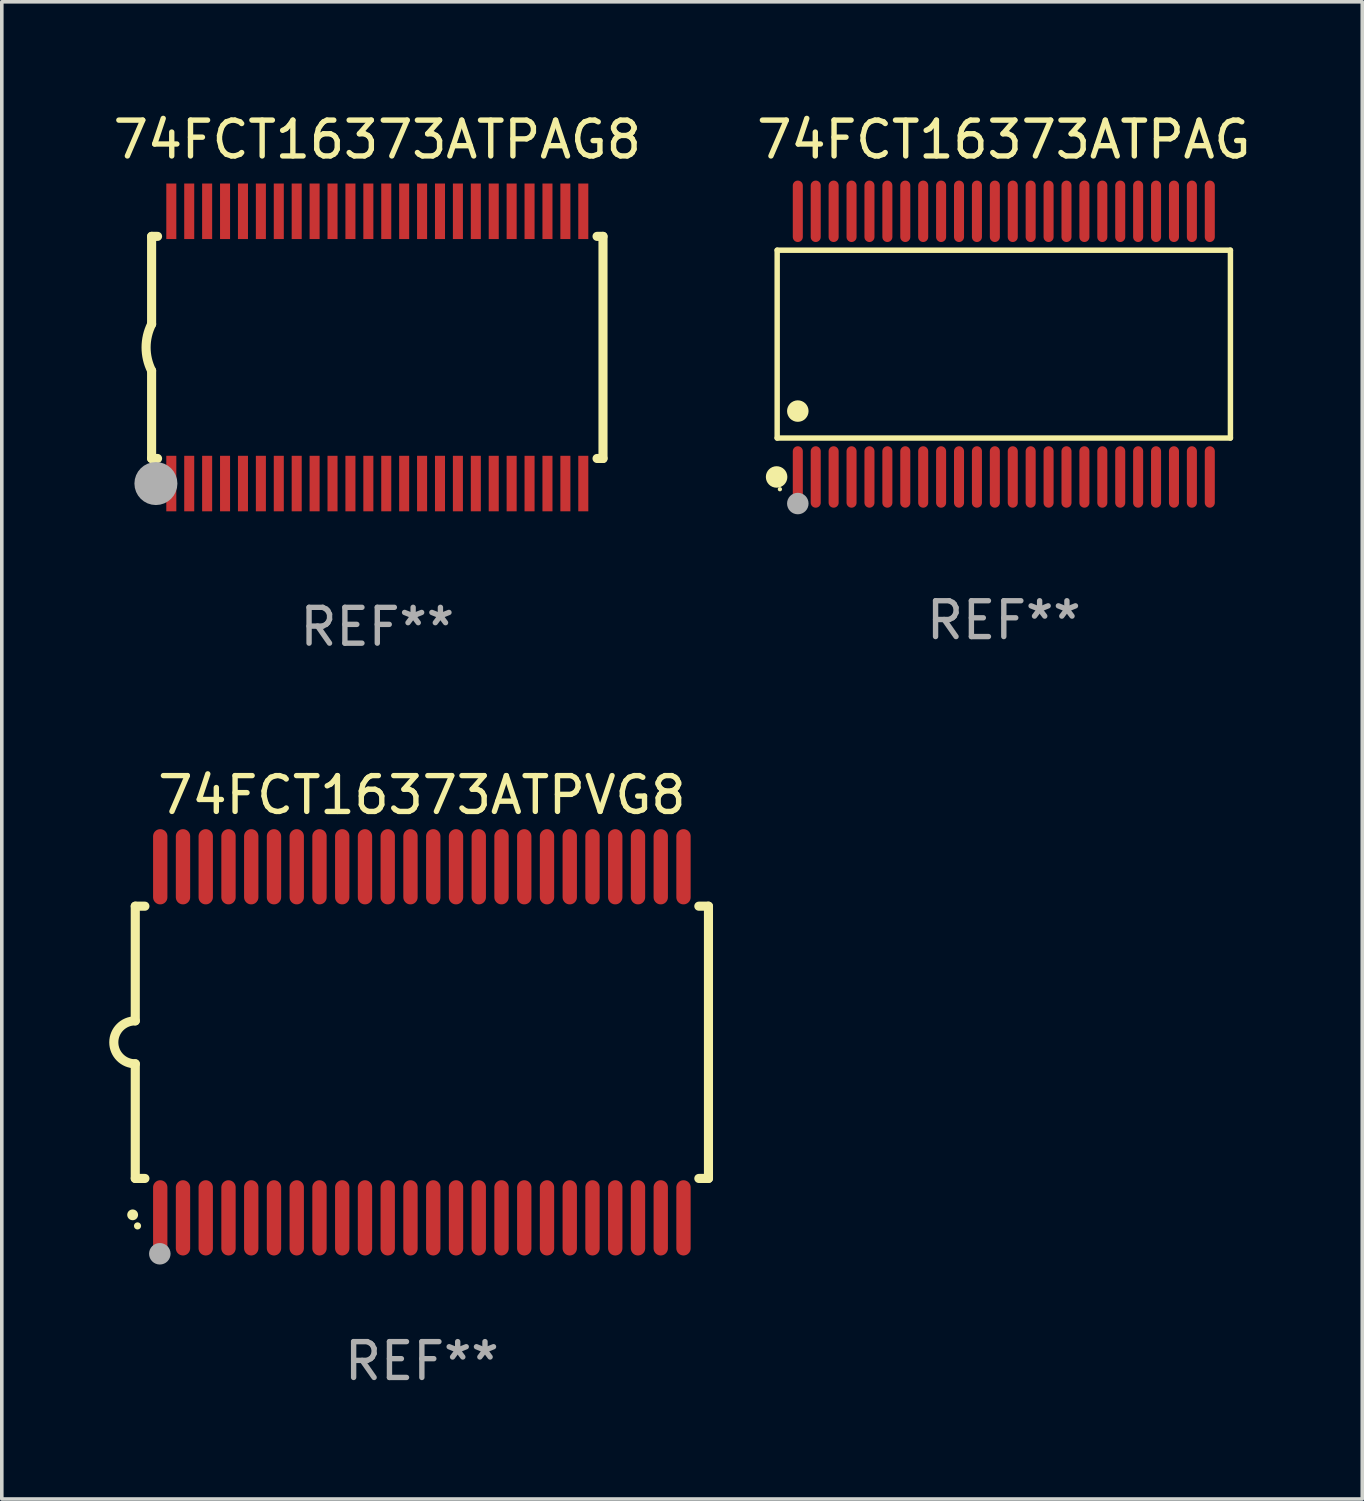
<source format=kicad_pcb>
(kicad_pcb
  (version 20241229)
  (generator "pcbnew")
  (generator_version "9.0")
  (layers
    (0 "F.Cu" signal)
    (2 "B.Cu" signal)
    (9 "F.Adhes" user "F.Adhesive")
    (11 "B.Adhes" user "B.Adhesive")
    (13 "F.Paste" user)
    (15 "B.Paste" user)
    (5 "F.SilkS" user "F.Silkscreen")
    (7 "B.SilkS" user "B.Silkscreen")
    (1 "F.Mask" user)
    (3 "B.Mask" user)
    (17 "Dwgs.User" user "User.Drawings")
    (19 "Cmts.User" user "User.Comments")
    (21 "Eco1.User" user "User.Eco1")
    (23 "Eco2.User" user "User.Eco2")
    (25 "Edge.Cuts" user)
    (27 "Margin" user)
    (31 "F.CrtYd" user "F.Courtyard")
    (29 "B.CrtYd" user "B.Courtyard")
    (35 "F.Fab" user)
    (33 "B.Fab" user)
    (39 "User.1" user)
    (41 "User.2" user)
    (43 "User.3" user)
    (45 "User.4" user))
  (footprint "74FCT16373ATPVG8"
    (layer "F.Cu")
    (at 8.726 26.045)
    (property "Reference" "74FCT16373ATPVG8" (at 0 -6.9 0) (layer "F.SilkS") (effects (font (size 1 1) (thickness 0.15))))
    (attr through_hole)
    (fp_line (start -8 -3.8) (end -8 -0.599) (stroke (width 0.254) (type solid)) (layer "F.SilkS"))
    (fp_line (start -8 -3.8) (end -7.731 -3.8) (stroke (width 0.254) (type solid)) (layer "F.SilkS"))
    (fp_line (start -8 3.8) (end -8 0.599) (stroke (width 0.254) (type solid)) (layer "F.SilkS"))
    (fp_line (start -7.731 3.8) (end -8 3.8) (stroke (width 0.254) (type solid)) (layer "F.SilkS"))
    (fp_line (start 7.731 -3.8) (end 8 -3.8) (stroke (width 0.254) (type solid)) (layer "F.SilkS"))
    (fp_line (start 8 -3.8) (end 8 3.8) (stroke (width 0.254) (type solid)) (layer "F.SilkS"))
    (fp_line (start 8 3.8) (end 7.731 3.8) (stroke (width 0.254) (type solid)) (layer "F.SilkS"))
    (fp_arc (start -8.074676 4.81585) (mid -8.073406 4.815845) (end -8.072136 4.81585) (stroke (width 0.3) (type solid)) (layer "F.SilkS"))
    (fp_arc (start -8.000025 0.6) (mid -8.598908 0.00056) (end -8.000027 -0.598882) (stroke (width 0.254001) (type solid)) (layer "F.SilkS"))
    (fp_circle (center -7.937 5.125) (end -7.887 5.125) (stroke (width 0.1) (type solid)) (fill no) (layer "F.SilkS"))
    (fp_circle (center -7.315 5.903) (end -7.165 5.903) (stroke (width 0.3) (type solid)) (fill no) (layer "F.Fab"))
    (fp_text user "REF**" (at 0 8.9 0) (layer "F.Fab") (effects (font (size 1 1) (thickness 0.15))))
    (pad "1" smd oval (at -7.303 4.9) (size 0.4 2.1) (layers "F.Cu" "F.Mask" "F.Paste"))
    (pad "2" smd oval (at -6.668 4.9) (size 0.4 2.1) (layers "F.Cu" "F.Mask" "F.Paste"))
    (pad "3" smd oval (at -6.033 4.9) (size 0.4 2.1) (layers "F.Cu" "F.Mask" "F.Paste"))
    (pad "4" smd oval (at -5.398 4.9) (size 0.4 2.1) (layers "F.Cu" "F.Mask" "F.Paste"))
    (pad "5" smd oval (at -4.763 4.9) (size 0.4 2.1) (layers "F.Cu" "F.Mask" "F.Paste"))
    (pad "6" smd oval (at -4.128 4.9) (size 0.4 2.1) (layers "F.Cu" "F.Mask" "F.Paste"))
    (pad "7" smd oval (at -3.493 4.9) (size 0.4 2.1) (layers "F.Cu" "F.Mask" "F.Paste"))
    (pad "8" smd oval (at -2.858 4.9) (size 0.4 2.1) (layers "F.Cu" "F.Mask" "F.Paste"))
    (pad "9" smd oval (at -2.223 4.9) (size 0.4 2.1) (layers "F.Cu" "F.Mask" "F.Paste"))
    (pad "10" smd oval (at -1.588 4.9) (size 0.4 2.1) (layers "F.Cu" "F.Mask" "F.Paste"))
    (pad "11" smd oval (at -0.953 4.9) (size 0.4 2.1) (layers "F.Cu" "F.Mask" "F.Paste"))
    (pad "12" smd oval (at -0.318 4.9) (size 0.4 2.1) (layers "F.Cu" "F.Mask" "F.Paste"))
    (pad "13" smd oval (at 0.318 4.9) (size 0.4 2.1) (layers "F.Cu" "F.Mask" "F.Paste"))
    (pad "14" smd oval (at 0.953 4.9) (size 0.4 2.1) (layers "F.Cu" "F.Mask" "F.Paste"))
    (pad "15" smd oval (at 1.588 4.9) (size 0.4 2.1) (layers "F.Cu" "F.Mask" "F.Paste"))
    (pad "16" smd oval (at 2.223 4.9) (size 0.4 2.1) (layers "F.Cu" "F.Mask" "F.Paste"))
    (pad "17" smd oval (at 2.858 4.9) (size 0.4 2.1) (layers "F.Cu" "F.Mask" "F.Paste"))
    (pad "18" smd oval (at 3.493 4.9) (size 0.4 2.1) (layers "F.Cu" "F.Mask" "F.Paste"))
    (pad "19" smd oval (at 4.128 4.9) (size 0.4 2.1) (layers "F.Cu" "F.Mask" "F.Paste"))
    (pad "20" smd oval (at 4.763 4.9) (size 0.4 2.1) (layers "F.Cu" "F.Mask" "F.Paste"))
    (pad "21" smd oval (at 5.398 4.9) (size 0.4 2.1) (layers "F.Cu" "F.Mask" "F.Paste"))
    (pad "22" smd oval (at 6.033 4.9) (size 0.4 2.1) (layers "F.Cu" "F.Mask" "F.Paste"))
    (pad "23" smd oval (at 6.668 4.9) (size 0.4 2.1) (layers "F.Cu" "F.Mask" "F.Paste"))
    (pad "24" smd oval (at 7.303 4.9) (size 0.4 2.1) (layers "F.Cu" "F.Mask" "F.Paste"))
    (pad "25" smd oval (at 7.303 -4.9 180) (size 0.4 2.1) (layers "F.Cu" "F.Mask" "F.Paste"))
    (pad "26" smd oval (at 6.668 -4.9 180) (size 0.4 2.1) (layers "F.Cu" "F.Mask" "F.Paste"))
    (pad "27" smd oval (at 6.033 -4.9 180) (size 0.4 2.1) (layers "F.Cu" "F.Mask" "F.Paste"))
    (pad "28" smd oval (at 5.398 -4.9 180) (size 0.4 2.1) (layers "F.Cu" "F.Mask" "F.Paste"))
    (pad "29" smd oval (at 4.763 -4.9 180) (size 0.4 2.1) (layers "F.Cu" "F.Mask" "F.Paste"))
    (pad "30" smd oval (at 4.128 -4.9 180) (size 0.4 2.1) (layers "F.Cu" "F.Mask" "F.Paste"))
    (pad "31" smd oval (at 3.493 -4.9 180) (size 0.4 2.1) (layers "F.Cu" "F.Mask" "F.Paste"))
    (pad "32" smd oval (at 2.858 -4.9 180) (size 0.4 2.1) (layers "F.Cu" "F.Mask" "F.Paste"))
    (pad "33" smd oval (at 2.223 -4.9 180) (size 0.4 2.1) (layers "F.Cu" "F.Mask" "F.Paste"))
    (pad "34" smd oval (at 1.588 -4.9 180) (size 0.4 2.1) (layers "F.Cu" "F.Mask" "F.Paste"))
    (pad "35" smd oval (at 0.953 -4.9 180) (size 0.4 2.1) (layers "F.Cu" "F.Mask" "F.Paste"))
    (pad "36" smd oval (at 0.318 -4.9 180) (size 0.4 2.1) (layers "F.Cu" "F.Mask" "F.Paste"))
    (pad "37" smd oval (at -0.318 -4.9 180) (size 0.4 2.1) (layers "F.Cu" "F.Mask" "F.Paste"))
    (pad "38" smd oval (at -0.953 -4.9 180) (size 0.4 2.1) (layers "F.Cu" "F.Mask" "F.Paste"))
    (pad "39" smd oval (at -1.588 -4.9 180) (size 0.4 2.1) (layers "F.Cu" "F.Mask" "F.Paste"))
    (pad "40" smd oval (at -2.223 -4.9 180) (size 0.4 2.1) (layers "F.Cu" "F.Mask" "F.Paste"))
    (pad "41" smd oval (at -2.858 -4.9 180) (size 0.4 2.1) (layers "F.Cu" "F.Mask" "F.Paste"))
    (pad "42" smd oval (at -3.493 -4.9 180) (size 0.4 2.1) (layers "F.Cu" "F.Mask" "F.Paste"))
    (pad "43" smd oval (at -4.128 -4.9 180) (size 0.4 2.1) (layers "F.Cu" "F.Mask" "F.Paste"))
    (pad "44" smd oval (at -4.763 -4.9 180) (size 0.4 2.1) (layers "F.Cu" "F.Mask" "F.Paste"))
    (pad "45" smd oval (at -5.398 -4.9 180) (size 0.4 2.1) (layers "F.Cu" "F.Mask" "F.Paste"))
    (pad "46" smd oval (at -6.033 -4.9 180) (size 0.4 2.1) (layers "F.Cu" "F.Mask" "F.Paste"))
    (pad "47" smd oval (at -6.668 -4.9 180) (size 0.4 2.1) (layers "F.Cu" "F.Mask" "F.Paste"))
    (pad "48" smd oval (at -7.303 -4.9 180) (size 0.4 2.1) (layers "F.Cu" "F.Mask" "F.Paste")))
  (footprint "74FCT16373ATPAG8"
    (layer "F.Cu")
    (at 7.482 6.648)
    (property "Reference" "74FCT16373ATPAG8" (at 0 -5.8 0) (layer "F.SilkS") (effects (font (size 1 1) (thickness 0.15))))
    (attr through_hole)
    (fp_line (start -6.3 -3.1) (end -6.3 -0.65) (stroke (width 0.254) (type solid)) (layer "F.SilkS"))
    (fp_line (start -6.3 -3.1) (end -6.134 -3.1) (stroke (width 0.254) (type solid)) (layer "F.SilkS"))
    (fp_line (start -6.3 3.1) (end -6.3 0.65) (stroke (width 0.254) (type solid)) (layer "F.SilkS"))
    (fp_line (start -6.3 3.1) (end -6.134 3.1) (stroke (width 0.254) (type solid)) (layer "F.SilkS"))
    (fp_line (start 6.134 -3.1) (end 6.3 -3.1) (stroke (width 0.254) (type solid)) (layer "F.SilkS"))
    (fp_line (start 6.134 3.1) (end 6.3 3.1) (stroke (width 0.254) (type solid)) (layer "F.SilkS"))
    (fp_line (start 6.3 -3.1) (end 6.3 3.1) (stroke (width 0.254) (type solid)) (layer "F.SilkS"))
    (fp_arc (start -6.301016 0.650114) (mid -6.45413 -0.000082) (end -6.3 -0.650038) (stroke (width 0.254001) (type solid)) (layer "F.SilkS"))
    (fp_circle (center -6.35 3.81) (end -6.223 3.81) (stroke (width 0.254) (type solid)) (fill no) (layer "F.SilkS"))
    (fp_circle (center -6.25 4.05) (end -6.22 4.05) (stroke (width 0.06) (type solid)) (fill no) (layer "F.SilkS"))
    (fp_circle (center -6.18 3.8) (end -5.88 3.8) (stroke (width 0.6) (type solid)) (fill no) (layer "F.Fab"))
    (fp_text user "REF**" (at 0 7.8 0) (layer "F.Fab") (effects (font (size 1 1) (thickness 0.15))))
    (pad "1" smd rect (at -5.75 3.8) (size 0.28 1.55) (layers "F.Cu" "F.Mask" "F.Paste"))
    (pad "2" smd rect (at -5.25 3.8) (size 0.28 1.55) (layers "F.Cu" "F.Mask" "F.Paste"))
    (pad "3" smd rect (at -4.75 3.8) (size 0.28 1.55) (layers "F.Cu" "F.Mask" "F.Paste"))
    (pad "4" smd rect (at -4.25 3.8) (size 0.28 1.55) (layers "F.Cu" "F.Mask" "F.Paste"))
    (pad "5" smd rect (at -3.75 3.8) (size 0.28 1.55) (layers "F.Cu" "F.Mask" "F.Paste"))
    (pad "6" smd rect (at -3.25 3.8) (size 0.28 1.55) (layers "F.Cu" "F.Mask" "F.Paste"))
    (pad "7" smd rect (at -2.75 3.8) (size 0.28 1.55) (layers "F.Cu" "F.Mask" "F.Paste"))
    (pad "8" smd rect (at -2.25 3.8) (size 0.28 1.55) (layers "F.Cu" "F.Mask" "F.Paste"))
    (pad "9" smd rect (at -1.75 3.8) (size 0.28 1.55) (layers "F.Cu" "F.Mask" "F.Paste"))
    (pad "10" smd rect (at -1.25 3.8) (size 0.28 1.55) (layers "F.Cu" "F.Mask" "F.Paste"))
    (pad "11" smd rect (at -0.75 3.8) (size 0.28 1.55) (layers "F.Cu" "F.Mask" "F.Paste"))
    (pad "12" smd rect (at -0.25 3.8) (size 0.28 1.55) (layers "F.Cu" "F.Mask" "F.Paste"))
    (pad "13" smd rect (at 0.25 3.8) (size 0.28 1.55) (layers "F.Cu" "F.Mask" "F.Paste"))
    (pad "14" smd rect (at 0.75 3.8) (size 0.28 1.55) (layers "F.Cu" "F.Mask" "F.Paste"))
    (pad "15" smd rect (at 1.25 3.8) (size 0.28 1.55) (layers "F.Cu" "F.Mask" "F.Paste"))
    (pad "16" smd rect (at 1.75 3.8) (size 0.28 1.55) (layers "F.Cu" "F.Mask" "F.Paste"))
    (pad "17" smd rect (at 2.25 3.8) (size 0.28 1.55) (layers "F.Cu" "F.Mask" "F.Paste"))
    (pad "18" smd rect (at 2.75 3.8) (size 0.28 1.55) (layers "F.Cu" "F.Mask" "F.Paste"))
    (pad "19" smd rect (at 3.25 3.8) (size 0.28 1.55) (layers "F.Cu" "F.Mask" "F.Paste"))
    (pad "20" smd rect (at 3.75 3.8) (size 0.28 1.55) (layers "F.Cu" "F.Mask" "F.Paste"))
    (pad "21" smd rect (at 4.25 3.8) (size 0.28 1.55) (layers "F.Cu" "F.Mask" "F.Paste"))
    (pad "22" smd rect (at 4.75 3.8) (size 0.28 1.55) (layers "F.Cu" "F.Mask" "F.Paste"))
    (pad "23" smd rect (at 5.25 3.8) (size 0.28 1.55) (layers "F.Cu" "F.Mask" "F.Paste"))
    (pad "24" smd rect (at 5.75 3.8) (size 0.28 1.55) (layers "F.Cu" "F.Mask" "F.Paste"))
    (pad "25" smd rect (at 5.75 -3.8) (size 0.28 1.55) (layers "F.Cu" "F.Mask" "F.Paste"))
    (pad "26" smd rect (at 5.25 -3.8) (size 0.28 1.55) (layers "F.Cu" "F.Mask" "F.Paste"))
    (pad "27" smd rect (at 4.75 -3.8) (size 0.28 1.55) (layers "F.Cu" "F.Mask" "F.Paste"))
    (pad "28" smd rect (at 4.25 -3.8) (size 0.28 1.55) (layers "F.Cu" "F.Mask" "F.Paste"))
    (pad "29" smd rect (at 3.75 -3.8) (size 0.28 1.55) (layers "F.Cu" "F.Mask" "F.Paste"))
    (pad "30" smd rect (at 3.25 -3.8) (size 0.28 1.55) (layers "F.Cu" "F.Mask" "F.Paste"))
    (pad "31" smd rect (at 2.75 -3.8) (size 0.28 1.55) (layers "F.Cu" "F.Mask" "F.Paste"))
    (pad "32" smd rect (at 2.25 -3.8) (size 0.28 1.55) (layers "F.Cu" "F.Mask" "F.Paste"))
    (pad "33" smd rect (at 1.75 -3.8) (size 0.28 1.55) (layers "F.Cu" "F.Mask" "F.Paste"))
    (pad "34" smd rect (at 1.25 -3.8) (size 0.28 1.55) (layers "F.Cu" "F.Mask" "F.Paste"))
    (pad "35" smd rect (at 0.75 -3.8) (size 0.28 1.55) (layers "F.Cu" "F.Mask" "F.Paste"))
    (pad "36" smd rect (at 0.25 -3.8) (size 0.28 1.55) (layers "F.Cu" "F.Mask" "F.Paste"))
    (pad "37" smd rect (at -0.25 -3.8) (size 0.28 1.55) (layers "F.Cu" "F.Mask" "F.Paste"))
    (pad "38" smd rect (at -0.75 -3.8) (size 0.28 1.55) (layers "F.Cu" "F.Mask" "F.Paste"))
    (pad "39" smd rect (at -1.25 -3.8) (size 0.28 1.55) (layers "F.Cu" "F.Mask" "F.Paste"))
    (pad "40" smd rect (at -1.75 -3.8) (size 0.28 1.55) (layers "F.Cu" "F.Mask" "F.Paste"))
    (pad "41" smd rect (at -2.25 -3.8) (size 0.28 1.55) (layers "F.Cu" "F.Mask" "F.Paste"))
    (pad "42" smd rect (at -2.75 -3.8) (size 0.28 1.55) (layers "F.Cu" "F.Mask" "F.Paste"))
    (pad "43" smd rect (at -3.25 -3.8) (size 0.28 1.55) (layers "F.Cu" "F.Mask" "F.Paste"))
    (pad "44" smd rect (at -3.75 -3.8) (size 0.28 1.55) (layers "F.Cu" "F.Mask" "F.Paste"))
    (pad "45" smd rect (at -4.25 -3.8) (size 0.28 1.55) (layers "F.Cu" "F.Mask" "F.Paste"))
    (pad "46" smd rect (at -4.75 -3.8) (size 0.28 1.55) (layers "F.Cu" "F.Mask" "F.Paste"))
    (pad "47" smd rect (at -5.25 -3.8) (size 0.28 1.55) (layers "F.Cu" "F.Mask" "F.Paste"))
    (pad "48" smd rect (at -5.75 -3.8) (size 0.28 1.55) (layers "F.Cu" "F.Mask" "F.Paste")))
  (footprint "74FCT16373ATPAG"
    (layer "F.Cu")
    (at 24.97 6.556)
    (property "Reference" "74FCT16373ATPAG" (at 0 -5.708 0) (layer "F.SilkS") (effects (font (size 1 1) (thickness 0.15))))
    (attr through_hole)
    (fp_line (start -6.326 -2.622) (end 6.326 -2.622) (stroke (width 0.152) (type solid)) (layer "F.SilkS"))
    (fp_line (start -6.326 2.621) (end -6.326 -2.622) (stroke (width 0.152) (type solid)) (layer "F.SilkS"))
    (fp_line (start 6.326 -2.622) (end 6.326 2.621) (stroke (width 0.152) (type solid)) (layer "F.SilkS"))
    (fp_line (start 6.326 2.621) (end -6.326 2.621) (stroke (width 0.152) (type solid)) (layer "F.SilkS"))
    (fp_circle (center -6.342 3.708) (end -6.192 3.708) (stroke (width 0.3) (type solid)) (fill no) (layer "F.SilkS"))
    (fp_circle (center -6.25 4.05) (end -6.22 4.05) (stroke (width 0.06) (type solid)) (fill no) (layer "F.SilkS"))
    (fp_circle (center -5.75 1.869) (end -5.6 1.869) (stroke (width 0.3) (type solid)) (fill no) (layer "F.SilkS"))
    (fp_circle (center -5.75 4.45) (end -5.6 4.45) (stroke (width 0.3) (type solid)) (fill no) (layer "F.Fab"))
    (fp_text user "REF**" (at 0 7.708 0) (layer "F.Fab") (effects (font (size 1 1) (thickness 0.15))))
    (pad "1" smd oval (at -5.75 3.708) (size 0.28 1.715) (layers "F.Cu" "F.Mask" "F.Paste"))
    (pad "2" smd oval (at -5.25 3.708) (size 0.28 1.715) (layers "F.Cu" "F.Mask" "F.Paste"))
    (pad "3" smd oval (at -4.75 3.708) (size 0.28 1.715) (layers "F.Cu" "F.Mask" "F.Paste"))
    (pad "4" smd oval (at -4.25 3.708) (size 0.28 1.715) (layers "F.Cu" "F.Mask" "F.Paste"))
    (pad "5" smd oval (at -3.75 3.708) (size 0.28 1.715) (layers "F.Cu" "F.Mask" "F.Paste"))
    (pad "6" smd oval (at -3.25 3.708) (size 0.28 1.715) (layers "F.Cu" "F.Mask" "F.Paste"))
    (pad "7" smd oval (at -2.75 3.708) (size 0.28 1.715) (layers "F.Cu" "F.Mask" "F.Paste"))
    (pad "8" smd oval (at -2.25 3.708) (size 0.28 1.715) (layers "F.Cu" "F.Mask" "F.Paste"))
    (pad "9" smd oval (at -1.75 3.708) (size 0.28 1.715) (layers "F.Cu" "F.Mask" "F.Paste"))
    (pad "10" smd oval (at -1.25 3.708) (size 0.28 1.715) (layers "F.Cu" "F.Mask" "F.Paste"))
    (pad "11" smd oval (at -0.75 3.708) (size 0.28 1.715) (layers "F.Cu" "F.Mask" "F.Paste"))
    (pad "12" smd oval (at -0.25 3.708) (size 0.28 1.715) (layers "F.Cu" "F.Mask" "F.Paste"))
    (pad "13" smd oval (at 0.25 3.708) (size 0.28 1.715) (layers "F.Cu" "F.Mask" "F.Paste"))
    (pad "14" smd oval (at 0.75 3.708) (size 0.28 1.715) (layers "F.Cu" "F.Mask" "F.Paste"))
    (pad "15" smd oval (at 1.25 3.708) (size 0.28 1.715) (layers "F.Cu" "F.Mask" "F.Paste"))
    (pad "16" smd oval (at 1.75 3.708) (size 0.28 1.715) (layers "F.Cu" "F.Mask" "F.Paste"))
    (pad "17" smd oval (at 2.25 3.708) (size 0.28 1.715) (layers "F.Cu" "F.Mask" "F.Paste"))
    (pad "18" smd oval (at 2.75 3.708) (size 0.28 1.715) (layers "F.Cu" "F.Mask" "F.Paste"))
    (pad "19" smd oval (at 3.25 3.708) (size 0.28 1.715) (layers "F.Cu" "F.Mask" "F.Paste"))
    (pad "20" smd oval (at 3.75 3.708) (size 0.28 1.715) (layers "F.Cu" "F.Mask" "F.Paste"))
    (pad "21" smd oval (at 4.25 3.708) (size 0.28 1.715) (layers "F.Cu" "F.Mask" "F.Paste"))
    (pad "22" smd oval (at 4.75 3.708) (size 0.28 1.715) (layers "F.Cu" "F.Mask" "F.Paste"))
    (pad "23" smd oval (at 5.25 3.708) (size 0.28 1.715) (layers "F.Cu" "F.Mask" "F.Paste"))
    (pad "24" smd oval (at 5.75 3.708) (size 0.28 1.715) (layers "F.Cu" "F.Mask" "F.Paste"))
    (pad "25" smd oval (at 5.75 -3.708) (size 0.28 1.715) (layers "F.Cu" "F.Mask" "F.Paste"))
    (pad "26" smd oval (at 5.25 -3.708) (size 0.28 1.715) (layers "F.Cu" "F.Mask" "F.Paste"))
    (pad "27" smd oval (at 4.75 -3.708) (size 0.28 1.715) (layers "F.Cu" "F.Mask" "F.Paste"))
    (pad "28" smd oval (at 4.25 -3.708) (size 0.28 1.715) (layers "F.Cu" "F.Mask" "F.Paste"))
    (pad "29" smd oval (at 3.75 -3.708) (size 0.28 1.715) (layers "F.Cu" "F.Mask" "F.Paste"))
    (pad "30" smd oval (at 3.25 -3.708) (size 0.28 1.715) (layers "F.Cu" "F.Mask" "F.Paste"))
    (pad "31" smd oval (at 2.75 -3.708) (size 0.28 1.715) (layers "F.Cu" "F.Mask" "F.Paste"))
    (pad "32" smd oval (at 2.25 -3.708) (size 0.28 1.715) (layers "F.Cu" "F.Mask" "F.Paste"))
    (pad "33" smd oval (at 1.75 -3.708) (size 0.28 1.715) (layers "F.Cu" "F.Mask" "F.Paste"))
    (pad "34" smd oval (at 1.25 -3.708) (size 0.28 1.715) (layers "F.Cu" "F.Mask" "F.Paste"))
    (pad "35" smd oval (at 0.75 -3.708) (size 0.28 1.715) (layers "F.Cu" "F.Mask" "F.Paste"))
    (pad "36" smd oval (at 0.25 -3.708) (size 0.28 1.715) (layers "F.Cu" "F.Mask" "F.Paste"))
    (pad "37" smd oval (at -0.25 -3.708) (size 0.28 1.715) (layers "F.Cu" "F.Mask" "F.Paste"))
    (pad "38" smd oval (at -0.75 -3.708) (size 0.28 1.715) (layers "F.Cu" "F.Mask" "F.Paste"))
    (pad "39" smd oval (at -1.25 -3.708) (size 0.28 1.715) (layers "F.Cu" "F.Mask" "F.Paste"))
    (pad "40" smd oval (at -1.75 -3.708) (size 0.28 1.715) (layers "F.Cu" "F.Mask" "F.Paste"))
    (pad "41" smd oval (at -2.25 -3.708) (size 0.28 1.715) (layers "F.Cu" "F.Mask" "F.Paste"))
    (pad "42" smd oval (at -2.75 -3.708) (size 0.28 1.715) (layers "F.Cu" "F.Mask" "F.Paste"))
    (pad "43" smd oval (at -3.25 -3.708) (size 0.28 1.715) (layers "F.Cu" "F.Mask" "F.Paste"))
    (pad "44" smd oval (at -3.75 -3.708) (size 0.28 1.715) (layers "F.Cu" "F.Mask" "F.Paste"))
    (pad "45" smd oval (at -4.25 -3.708) (size 0.28 1.715) (layers "F.Cu" "F.Mask" "F.Paste"))
    (pad "46" smd oval (at -4.75 -3.708) (size 0.28 1.715) (layers "F.Cu" "F.Mask" "F.Paste"))
    (pad "47" smd oval (at -5.25 -3.708) (size 0.28 1.715) (layers "F.Cu" "F.Mask" "F.Paste"))
    (pad "48" smd oval (at -5.75 -3.708) (size 0.28 1.715) (layers "F.Cu" "F.Mask" "F.Paste")))
  (gr_rect
    (start -3 -3)
    (end 34.976 38.793)
    (stroke (width 0.1) (type default))
    (fill no)
    (layer "Edge.Cuts")))
</source>
